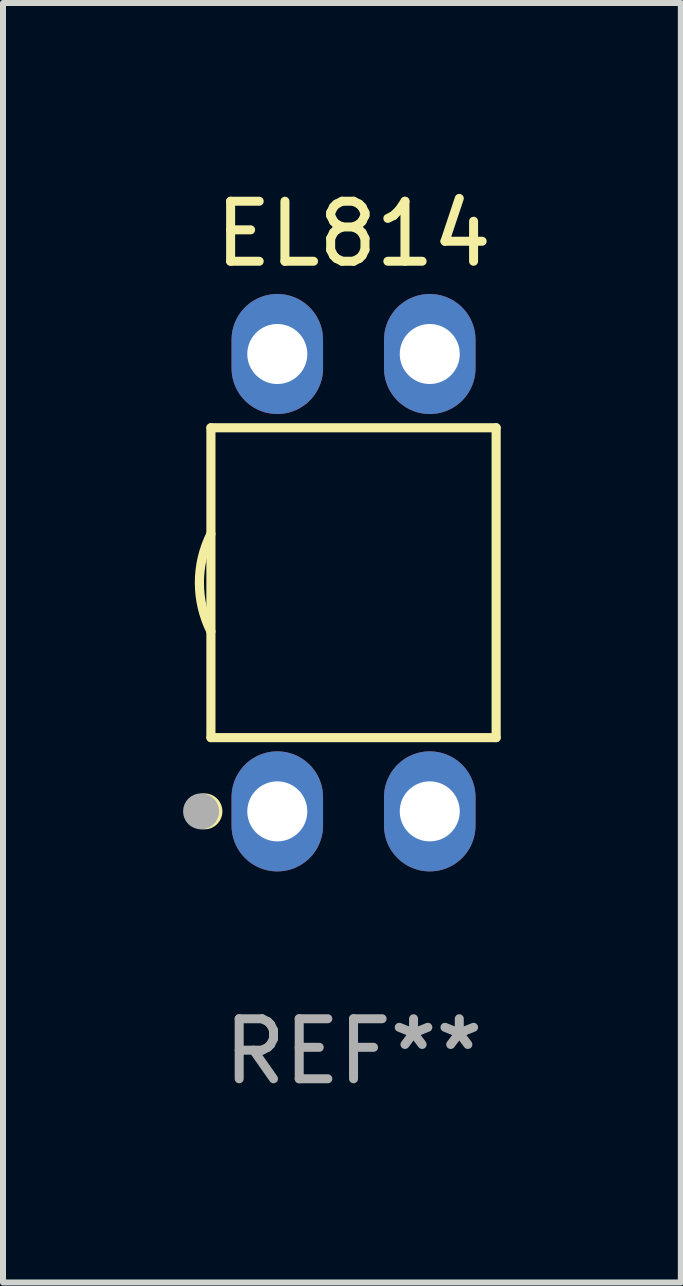
<source format=kicad_pcb>
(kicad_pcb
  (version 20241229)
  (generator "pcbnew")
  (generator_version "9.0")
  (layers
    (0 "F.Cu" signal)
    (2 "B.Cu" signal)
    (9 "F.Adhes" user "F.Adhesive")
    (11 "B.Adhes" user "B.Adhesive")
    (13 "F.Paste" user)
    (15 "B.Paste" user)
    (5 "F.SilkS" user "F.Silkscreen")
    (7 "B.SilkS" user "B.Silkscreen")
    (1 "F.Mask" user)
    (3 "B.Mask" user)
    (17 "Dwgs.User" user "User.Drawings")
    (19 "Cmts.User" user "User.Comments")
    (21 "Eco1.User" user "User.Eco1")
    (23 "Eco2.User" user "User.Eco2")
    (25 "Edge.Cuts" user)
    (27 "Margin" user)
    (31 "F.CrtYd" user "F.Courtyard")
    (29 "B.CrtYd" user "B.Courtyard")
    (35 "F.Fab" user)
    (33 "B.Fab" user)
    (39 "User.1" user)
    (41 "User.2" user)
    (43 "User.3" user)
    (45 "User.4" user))
  (footprint "EL814"
    (layer "F.Cu")
    (at 2.84 6.658)
    (property "Reference" "EL814" (at 0 -5.81 0) (layer "F.SilkS") (effects (font (size 1 1) (thickness 0.15))))
    (attr through_hole)
    (fp_line (start -2.376 -2.581) (end 2.376 -2.581) (stroke (width 0.152) (type solid)) (layer "F.SilkS"))
    (fp_line (start -2.376 2.581) (end -2.376 -2.581) (stroke (width 0.152) (type solid)) (layer "F.SilkS"))
    (fp_line (start 2.376 -2.581) (end 2.376 2.581) (stroke (width 0.152) (type solid)) (layer "F.SilkS"))
    (fp_line (start 2.376 2.581) (end -2.376 2.581) (stroke (width 0.152) (type solid)) (layer "F.SilkS"))
    (fp_arc (start -2.3762 0.812496) (mid -2.568004 0) (end -2.3762 -0.812497) (stroke (width 0.1524) (type solid)) (layer "F.SilkS"))
    (fp_circle (center -2.484 3.81) (end -2.334 3.81) (stroke (width 0.3) (type solid)) (fill no) (layer "F.SilkS"))
    (fp_circle (center -2.3 3.935) (end -2.27 3.935) (stroke (width 0.06) (type solid)) (fill no) (layer "F.SilkS"))
    (fp_circle (center -2.54 3.81) (end -2.39 3.81) (stroke (width 0.3) (type solid)) (fill no) (layer "F.Fab"))
    (fp_text user "REF**" (at 0 7.81 0) (layer "F.Fab") (effects (font (size 1 1) (thickness 0.15))))
    (pad "1" thru_hole oval (at -1.27 3.81) (size 1.524 2) (drill 1) (layers "*.Cu" "*.Mask"))
    (pad "2" thru_hole oval (at 1.27 3.81) (size 1.524 2) (drill 1) (layers "*.Cu" "*.Mask"))
    (pad "3" thru_hole oval (at 1.27 -3.81) (size 1.524 2) (drill 1) (layers "*.Cu" "*.Mask"))
    (pad "4" thru_hole oval (at -1.27 -3.81) (size 1.524 2) (drill 1) (layers "*.Cu" "*.Mask")))
  (gr_rect
    (start -3 -3)
    (end 8.293 18.317)
    (stroke (width 0.1) (type default))
    (fill no)
    (layer "Edge.Cuts")))
</source>
